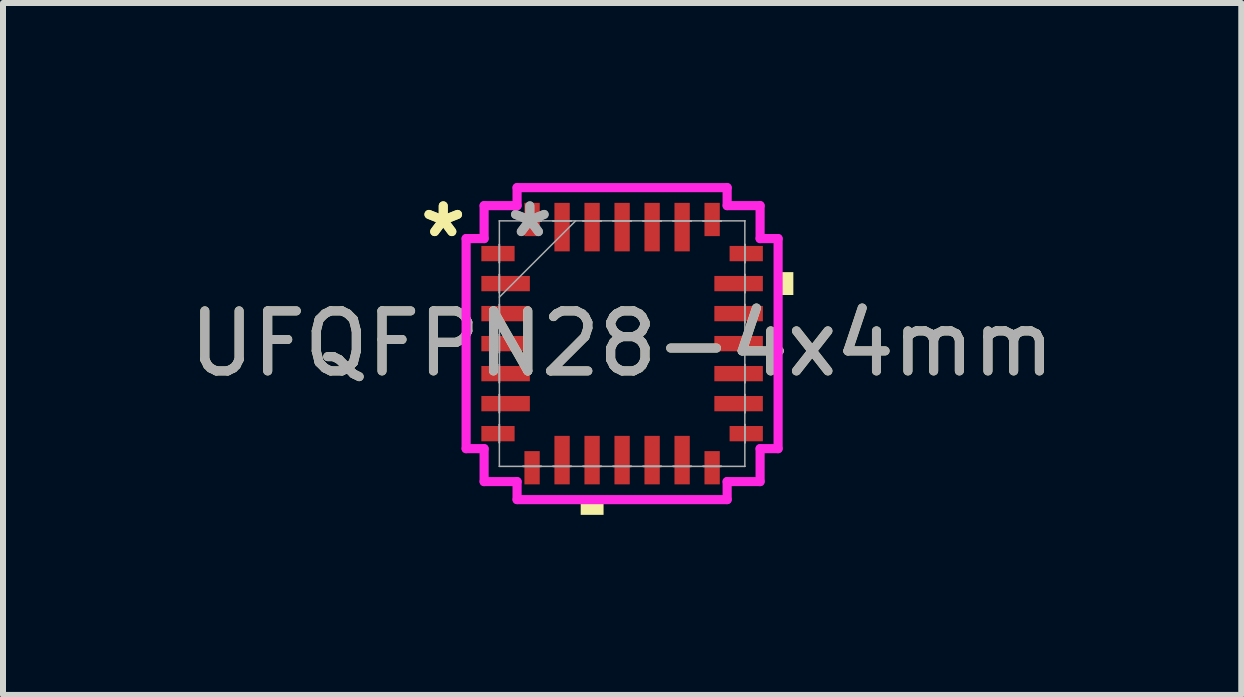
<source format=kicad_pcb>
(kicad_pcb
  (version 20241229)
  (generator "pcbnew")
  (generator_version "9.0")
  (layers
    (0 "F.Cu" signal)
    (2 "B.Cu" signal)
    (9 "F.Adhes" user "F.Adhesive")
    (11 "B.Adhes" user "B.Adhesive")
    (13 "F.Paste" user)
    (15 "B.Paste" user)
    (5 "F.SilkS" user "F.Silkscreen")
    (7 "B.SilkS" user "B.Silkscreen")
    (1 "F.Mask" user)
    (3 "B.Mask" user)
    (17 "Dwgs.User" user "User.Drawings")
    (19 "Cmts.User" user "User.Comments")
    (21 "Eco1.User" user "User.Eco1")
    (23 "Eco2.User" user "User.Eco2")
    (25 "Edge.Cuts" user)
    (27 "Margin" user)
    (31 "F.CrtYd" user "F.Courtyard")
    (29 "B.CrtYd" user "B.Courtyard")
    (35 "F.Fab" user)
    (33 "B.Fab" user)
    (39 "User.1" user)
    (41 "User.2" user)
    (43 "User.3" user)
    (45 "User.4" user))
  (footprint "UFQFPN28-4x4mm"
    (layer "F.Cu")
    (at 7.315 2.675)
    (property "Reference" "UFQFPN28-4x4mm" (at 0 0 0) (unlocked yes) (layer "F.SilkS") (effects (font (size 1 1) (thickness 0.15))))
    (attr smd)
    (fp_poly (pts (xy -0.69 2.599) (xy -0.69 2.853) (xy -0.309 2.853) (xy -0.309 2.599)) (stroke (width 0) (type solid)) (fill yes) (layer "F.SilkS"))
    (fp_poly (pts (xy 2.853 -1.191) (xy 2.853 -0.81) (xy 2.599 -0.81) (xy 2.599 -1.191)) (stroke (width 0) (type solid)) (fill yes) (layer "F.SilkS"))
    (fp_line (start -2.599 -1.75) (end -2.299 -1.75) (stroke (width 0.152) (type solid)) (layer "F.CrtYd"))
    (fp_line (start -2.599 1.75) (end -2.599 -1.75) (stroke (width 0.152) (type solid)) (layer "F.CrtYd"))
    (fp_line (start -2.299 -2.299) (end -1.75 -2.299) (stroke (width 0.152) (type solid)) (layer "F.CrtYd"))
    (fp_line (start -2.299 -1.75) (end -2.299 -2.299) (stroke (width 0.152) (type solid)) (layer "F.CrtYd"))
    (fp_line (start -2.299 1.75) (end -2.599 1.75) (stroke (width 0.152) (type solid)) (layer "F.CrtYd"))
    (fp_line (start -2.299 2.299) (end -2.299 1.75) (stroke (width 0.152) (type solid)) (layer "F.CrtYd"))
    (fp_line (start -1.75 -2.599) (end 1.75 -2.599) (stroke (width 0.152) (type solid)) (layer "F.CrtYd"))
    (fp_line (start -1.75 -2.299) (end -1.75 -2.599) (stroke (width 0.152) (type solid)) (layer "F.CrtYd"))
    (fp_line (start -1.75 2.299) (end -2.299 2.299) (stroke (width 0.152) (type solid)) (layer "F.CrtYd"))
    (fp_line (start -1.75 2.599) (end -1.75 2.299) (stroke (width 0.152) (type solid)) (layer "F.CrtYd"))
    (fp_line (start 1.75 -2.599) (end 1.75 -2.299) (stroke (width 0.152) (type solid)) (layer "F.CrtYd"))
    (fp_line (start 1.75 -2.299) (end 2.299 -2.299) (stroke (width 0.152) (type solid)) (layer "F.CrtYd"))
    (fp_line (start 1.75 2.299) (end 1.75 2.599) (stroke (width 0.152) (type solid)) (layer "F.CrtYd"))
    (fp_line (start 1.75 2.599) (end -1.75 2.599) (stroke (width 0.152) (type solid)) (layer "F.CrtYd"))
    (fp_line (start 2.299 -2.299) (end 2.299 -1.75) (stroke (width 0.152) (type solid)) (layer "F.CrtYd"))
    (fp_line (start 2.299 -1.75) (end 2.599 -1.75) (stroke (width 0.152) (type solid)) (layer "F.CrtYd"))
    (fp_line (start 2.299 1.75) (end 2.299 2.299) (stroke (width 0.152) (type solid)) (layer "F.CrtYd"))
    (fp_line (start 2.299 2.299) (end 1.75 2.299) (stroke (width 0.152) (type solid)) (layer "F.CrtYd"))
    (fp_line (start 2.599 -1.75) (end 2.599 1.75) (stroke (width 0.152) (type solid)) (layer "F.CrtYd"))
    (fp_line (start 2.599 1.75) (end 2.299 1.75) (stroke (width 0.152) (type solid)) (layer "F.CrtYd"))
    (fp_line (start -2.045 -2.045) (end -2.045 -2.045) (stroke (width 0.025) (type solid)) (layer "F.Fab"))
    (fp_line (start -2.045 -2.045) (end -2.045 2.045) (stroke (width 0.025) (type solid)) (layer "F.Fab"))
    (fp_line (start -2.045 -1.652) (end -2.045 -1.652) (stroke (width 0.025) (type solid)) (layer "F.Fab"))
    (fp_line (start -2.045 -1.652) (end -2.045 -1.348) (stroke (width 0.025) (type solid)) (layer "F.Fab"))
    (fp_line (start -2.045 -1.348) (end -2.045 -1.652) (stroke (width 0.025) (type solid)) (layer "F.Fab"))
    (fp_line (start -2.045 -1.348) (end -2.045 -1.348) (stroke (width 0.025) (type solid)) (layer "F.Fab"))
    (fp_line (start -2.045 -1.152) (end -2.045 -1.152) (stroke (width 0.025) (type solid)) (layer "F.Fab"))
    (fp_line (start -2.045 -1.152) (end -2.045 -0.848) (stroke (width 0.025) (type solid)) (layer "F.Fab"))
    (fp_line (start -2.045 -0.848) (end -2.045 -1.152) (stroke (width 0.025) (type solid)) (layer "F.Fab"))
    (fp_line (start -2.045 -0.848) (end -2.045 -0.848) (stroke (width 0.025) (type solid)) (layer "F.Fab"))
    (fp_line (start -2.045 -0.775) (end -0.775 -2.045) (stroke (width 0.025) (type solid)) (layer "F.Fab"))
    (fp_line (start -2.045 -0.652) (end -2.045 -0.652) (stroke (width 0.025) (type solid)) (layer "F.Fab"))
    (fp_line (start -2.045 -0.652) (end -2.045 -0.348) (stroke (width 0.025) (type solid)) (layer "F.Fab"))
    (fp_line (start -2.045 -0.348) (end -2.045 -0.652) (stroke (width 0.025) (type solid)) (layer "F.Fab"))
    (fp_line (start -2.045 -0.348) (end -2.045 -0.348) (stroke (width 0.025) (type solid)) (layer "F.Fab"))
    (fp_line (start -2.045 -0.152) (end -2.045 -0.152) (stroke (width 0.025) (type solid)) (layer "F.Fab"))
    (fp_line (start -2.045 -0.152) (end -2.045 0.152) (stroke (width 0.025) (type solid)) (layer "F.Fab"))
    (fp_line (start -2.045 0.152) (end -2.045 -0.152) (stroke (width 0.025) (type solid)) (layer "F.Fab"))
    (fp_line (start -2.045 0.152) (end -2.045 0.152) (stroke (width 0.025) (type solid)) (layer "F.Fab"))
    (fp_line (start -2.045 0.348) (end -2.045 0.348) (stroke (width 0.025) (type solid)) (layer "F.Fab"))
    (fp_line (start -2.045 0.348) (end -2.045 0.652) (stroke (width 0.025) (type solid)) (layer "F.Fab"))
    (fp_line (start -2.045 0.652) (end -2.045 0.348) (stroke (width 0.025) (type solid)) (layer "F.Fab"))
    (fp_line (start -2.045 0.652) (end -2.045 0.652) (stroke (width 0.025) (type solid)) (layer "F.Fab"))
    (fp_line (start -2.045 0.848) (end -2.045 0.848) (stroke (width 0.025) (type solid)) (layer "F.Fab"))
    (fp_line (start -2.045 0.848) (end -2.045 1.152) (stroke (width 0.025) (type solid)) (layer "F.Fab"))
    (fp_line (start -2.045 1.152) (end -2.045 0.848) (stroke (width 0.025) (type solid)) (layer "F.Fab"))
    (fp_line (start -2.045 1.152) (end -2.045 1.152) (stroke (width 0.025) (type solid)) (layer "F.Fab"))
    (fp_line (start -2.045 1.348) (end -2.045 1.348) (stroke (width 0.025) (type solid)) (layer "F.Fab"))
    (fp_line (start -2.045 1.348) (end -2.045 1.652) (stroke (width 0.025) (type solid)) (layer "F.Fab"))
    (fp_line (start -2.045 1.652) (end -2.045 1.348) (stroke (width 0.025) (type solid)) (layer "F.Fab"))
    (fp_line (start -2.045 1.652) (end -2.045 1.652) (stroke (width 0.025) (type solid)) (layer "F.Fab"))
    (fp_line (start -2.045 2.045) (end -2.045 2.045) (stroke (width 0.025) (type solid)) (layer "F.Fab"))
    (fp_line (start -2.045 2.045) (end 2.045 2.045) (stroke (width 0.025) (type solid)) (layer "F.Fab"))
    (fp_line (start -1.652 -2.045) (end -1.652 -2.045) (stroke (width 0.025) (type solid)) (layer "F.Fab"))
    (fp_line (start -1.652 -2.045) (end -1.348 -2.045) (stroke (width 0.025) (type solid)) (layer "F.Fab"))
    (fp_line (start -1.652 2.045) (end -1.652 2.045) (stroke (width 0.025) (type solid)) (layer "F.Fab"))
    (fp_line (start -1.652 2.045) (end -1.348 2.045) (stroke (width 0.025) (type solid)) (layer "F.Fab"))
    (fp_line (start -1.348 -2.045) (end -1.652 -2.045) (stroke (width 0.025) (type solid)) (layer "F.Fab"))
    (fp_line (start -1.348 -2.045) (end -1.348 -2.045) (stroke (width 0.025) (type solid)) (layer "F.Fab"))
    (fp_line (start -1.348 2.045) (end -1.652 2.045) (stroke (width 0.025) (type solid)) (layer "F.Fab"))
    (fp_line (start -1.348 2.045) (end -1.348 2.045) (stroke (width 0.025) (type solid)) (layer "F.Fab"))
    (fp_line (start -1.152 -2.045) (end -1.152 -2.045) (stroke (width 0.025) (type solid)) (layer "F.Fab"))
    (fp_line (start -1.152 -2.045) (end -0.848 -2.045) (stroke (width 0.025) (type solid)) (layer "F.Fab"))
    (fp_line (start -1.152 2.045) (end -1.152 2.045) (stroke (width 0.025) (type solid)) (layer "F.Fab"))
    (fp_line (start -1.152 2.045) (end -0.848 2.045) (stroke (width 0.025) (type solid)) (layer "F.Fab"))
    (fp_line (start -0.848 -2.045) (end -1.152 -2.045) (stroke (width 0.025) (type solid)) (layer "F.Fab"))
    (fp_line (start -0.848 -2.045) (end -0.848 -2.045) (stroke (width 0.025) (type solid)) (layer "F.Fab"))
    (fp_line (start -0.848 2.045) (end -1.152 2.045) (stroke (width 0.025) (type solid)) (layer "F.Fab"))
    (fp_line (start -0.848 2.045) (end -0.848 2.045) (stroke (width 0.025) (type solid)) (layer "F.Fab"))
    (fp_line (start -0.652 -2.045) (end -0.652 -2.045) (stroke (width 0.025) (type solid)) (layer "F.Fab"))
    (fp_line (start -0.652 -2.045) (end -0.348 -2.045) (stroke (width 0.025) (type solid)) (layer "F.Fab"))
    (fp_line (start -0.652 2.045) (end -0.652 2.045) (stroke (width 0.025) (type solid)) (layer "F.Fab"))
    (fp_line (start -0.652 2.045) (end -0.348 2.045) (stroke (width 0.025) (type solid)) (layer "F.Fab"))
    (fp_line (start -0.348 -2.045) (end -0.652 -2.045) (stroke (width 0.025) (type solid)) (layer "F.Fab"))
    (fp_line (start -0.348 -2.045) (end -0.348 -2.045) (stroke (width 0.025) (type solid)) (layer "F.Fab"))
    (fp_line (start -0.348 2.045) (end -0.652 2.045) (stroke (width 0.025) (type solid)) (layer "F.Fab"))
    (fp_line (start -0.348 2.045) (end -0.348 2.045) (stroke (width 0.025) (type solid)) (layer "F.Fab"))
    (fp_line (start -0.152 -2.045) (end -0.152 -2.045) (stroke (width 0.025) (type solid)) (layer "F.Fab"))
    (fp_line (start -0.152 -2.045) (end 0.152 -2.045) (stroke (width 0.025) (type solid)) (layer "F.Fab"))
    (fp_line (start -0.152 2.045) (end -0.152 2.045) (stroke (width 0.025) (type solid)) (layer "F.Fab"))
    (fp_line (start -0.152 2.045) (end 0.152 2.045) (stroke (width 0.025) (type solid)) (layer "F.Fab"))
    (fp_line (start 0.152 -2.045) (end -0.152 -2.045) (stroke (width 0.025) (type solid)) (layer "F.Fab"))
    (fp_line (start 0.152 -2.045) (end 0.152 -2.045) (stroke (width 0.025) (type solid)) (layer "F.Fab"))
    (fp_line (start 0.152 2.045) (end -0.152 2.045) (stroke (width 0.025) (type solid)) (layer "F.Fab"))
    (fp_line (start 0.152 2.045) (end 0.152 2.045) (stroke (width 0.025) (type solid)) (layer "F.Fab"))
    (fp_line (start 0.348 -2.045) (end 0.348 -2.045) (stroke (width 0.025) (type solid)) (layer "F.Fab"))
    (fp_line (start 0.348 -2.045) (end 0.652 -2.045) (stroke (width 0.025) (type solid)) (layer "F.Fab"))
    (fp_line (start 0.348 2.045) (end 0.348 2.045) (stroke (width 0.025) (type solid)) (layer "F.Fab"))
    (fp_line (start 0.348 2.045) (end 0.652 2.045) (stroke (width 0.025) (type solid)) (layer "F.Fab"))
    (fp_line (start 0.652 -2.045) (end 0.348 -2.045) (stroke (width 0.025) (type solid)) (layer "F.Fab"))
    (fp_line (start 0.652 -2.045) (end 0.652 -2.045) (stroke (width 0.025) (type solid)) (layer "F.Fab"))
    (fp_line (start 0.652 2.045) (end 0.348 2.045) (stroke (width 0.025) (type solid)) (layer "F.Fab"))
    (fp_line (start 0.652 2.045) (end 0.652 2.045) (stroke (width 0.025) (type solid)) (layer "F.Fab"))
    (fp_line (start 0.848 -2.045) (end 0.848 -2.045) (stroke (width 0.025) (type solid)) (layer "F.Fab"))
    (fp_line (start 0.848 -2.045) (end 1.152 -2.045) (stroke (width 0.025) (type solid)) (layer "F.Fab"))
    (fp_line (start 0.848 2.045) (end 0.848 2.045) (stroke (width 0.025) (type solid)) (layer "F.Fab"))
    (fp_line (start 0.848 2.045) (end 1.152 2.045) (stroke (width 0.025) (type solid)) (layer "F.Fab"))
    (fp_line (start 1.152 -2.045) (end 0.848 -2.045) (stroke (width 0.025) (type solid)) (layer "F.Fab"))
    (fp_line (start 1.152 -2.045) (end 1.152 -2.045) (stroke (width 0.025) (type solid)) (layer "F.Fab"))
    (fp_line (start 1.152 2.045) (end 0.848 2.045) (stroke (width 0.025) (type solid)) (layer "F.Fab"))
    (fp_line (start 1.152 2.045) (end 1.152 2.045) (stroke (width 0.025) (type solid)) (layer "F.Fab"))
    (fp_line (start 1.348 -2.045) (end 1.348 -2.045) (stroke (width 0.025) (type solid)) (layer "F.Fab"))
    (fp_line (start 1.348 -2.045) (end 1.652 -2.045) (stroke (width 0.025) (type solid)) (layer "F.Fab"))
    (fp_line (start 1.348 2.045) (end 1.348 2.045) (stroke (width 0.025) (type solid)) (layer "F.Fab"))
    (fp_line (start 1.348 2.045) (end 1.652 2.045) (stroke (width 0.025) (type solid)) (layer "F.Fab"))
    (fp_line (start 1.652 -2.045) (end 1.348 -2.045) (stroke (width 0.025) (type solid)) (layer "F.Fab"))
    (fp_line (start 1.652 -2.045) (end 1.652 -2.045) (stroke (width 0.025) (type solid)) (layer "F.Fab"))
    (fp_line (start 1.652 2.045) (end 1.348 2.045) (stroke (width 0.025) (type solid)) (layer "F.Fab"))
    (fp_line (start 1.652 2.045) (end 1.652 2.045) (stroke (width 0.025) (type solid)) (layer "F.Fab"))
    (fp_line (start 2.045 -2.045) (end -2.045 -2.045) (stroke (width 0.025) (type solid)) (layer "F.Fab"))
    (fp_line (start 2.045 -2.045) (end 2.045 -2.045) (stroke (width 0.025) (type solid)) (layer "F.Fab"))
    (fp_line (start 2.045 -1.652) (end 2.045 -1.652) (stroke (width 0.025) (type solid)) (layer "F.Fab"))
    (fp_line (start 2.045 -1.652) (end 2.045 -1.348) (stroke (width 0.025) (type solid)) (layer "F.Fab"))
    (fp_line (start 2.045 -1.348) (end 2.045 -1.652) (stroke (width 0.025) (type solid)) (layer "F.Fab"))
    (fp_line (start 2.045 -1.348) (end 2.045 -1.348) (stroke (width 0.025) (type solid)) (layer "F.Fab"))
    (fp_line (start 2.045 -1.152) (end 2.045 -1.152) (stroke (width 0.025) (type solid)) (layer "F.Fab"))
    (fp_line (start 2.045 -1.152) (end 2.045 -0.848) (stroke (width 0.025) (type solid)) (layer "F.Fab"))
    (fp_line (start 2.045 -0.848) (end 2.045 -1.152) (stroke (width 0.025) (type solid)) (layer "F.Fab"))
    (fp_line (start 2.045 -0.848) (end 2.045 -0.848) (stroke (width 0.025) (type solid)) (layer "F.Fab"))
    (fp_line (start 2.045 -0.652) (end 2.045 -0.652) (stroke (width 0.025) (type solid)) (layer "F.Fab"))
    (fp_line (start 2.045 -0.652) (end 2.045 -0.348) (stroke (width 0.025) (type solid)) (layer "F.Fab"))
    (fp_line (start 2.045 -0.348) (end 2.045 -0.652) (stroke (width 0.025) (type solid)) (layer "F.Fab"))
    (fp_line (start 2.045 -0.348) (end 2.045 -0.348) (stroke (width 0.025) (type solid)) (layer "F.Fab"))
    (fp_line (start 2.045 -0.152) (end 2.045 -0.152) (stroke (width 0.025) (type solid)) (layer "F.Fab"))
    (fp_line (start 2.045 -0.152) (end 2.045 0.152) (stroke (width 0.025) (type solid)) (layer "F.Fab"))
    (fp_line (start 2.045 0.152) (end 2.045 -0.152) (stroke (width 0.025) (type solid)) (layer "F.Fab"))
    (fp_line (start 2.045 0.152) (end 2.045 0.152) (stroke (width 0.025) (type solid)) (layer "F.Fab"))
    (fp_line (start 2.045 0.348) (end 2.045 0.348) (stroke (width 0.025) (type solid)) (layer "F.Fab"))
    (fp_line (start 2.045 0.348) (end 2.045 0.652) (stroke (width 0.025) (type solid)) (layer "F.Fab"))
    (fp_line (start 2.045 0.652) (end 2.045 0.348) (stroke (width 0.025) (type solid)) (layer "F.Fab"))
    (fp_line (start 2.045 0.652) (end 2.045 0.652) (stroke (width 0.025) (type solid)) (layer "F.Fab"))
    (fp_line (start 2.045 0.848) (end 2.045 0.848) (stroke (width 0.025) (type solid)) (layer "F.Fab"))
    (fp_line (start 2.045 0.848) (end 2.045 1.152) (stroke (width 0.025) (type solid)) (layer "F.Fab"))
    (fp_line (start 2.045 1.152) (end 2.045 0.848) (stroke (width 0.025) (type solid)) (layer "F.Fab"))
    (fp_line (start 2.045 1.152) (end 2.045 1.152) (stroke (width 0.025) (type solid)) (layer "F.Fab"))
    (fp_line (start 2.045 1.348) (end 2.045 1.348) (stroke (width 0.025) (type solid)) (layer "F.Fab"))
    (fp_line (start 2.045 1.348) (end 2.045 1.652) (stroke (width 0.025) (type solid)) (layer "F.Fab"))
    (fp_line (start 2.045 1.652) (end 2.045 1.348) (stroke (width 0.025) (type solid)) (layer "F.Fab"))
    (fp_line (start 2.045 1.652) (end 2.045 1.652) (stroke (width 0.025) (type solid)) (layer "F.Fab"))
    (fp_line (start 2.045 2.045) (end 2.045 -2.045) (stroke (width 0.025) (type solid)) (layer "F.Fab"))
    (fp_line (start 2.045 2.045) (end 2.045 2.045) (stroke (width 0.025) (type solid)) (layer "F.Fab"))
    (fp_text user "*" (at -2.98 -1.75 0) (unlocked yes) (layer "F.SilkS") (effects (font (size 1 1) (thickness 0.15))))
    (fp_text user "*" (at -2.98 -1.75 0) (layer "F.SilkS") (effects (font (size 1 1) (thickness 0.15))))
    (fp_text user "*" (at -1.537 -1.75 0) (unlocked yes) (layer "F.Fab") (effects (font (size 1 1) (thickness 0.15))))
    (fp_text user "${REFERENCE}" (at 0 0 0) (unlocked yes) (layer "F.Fab") (effects (font (size 1 1) (thickness 0.15))))
    (fp_text user "*" (at -1.537 -1.75 0) (layer "F.Fab") (effects (font (size 1 1) (thickness 0.15))))
    (pad "1" smd rect (at -2.068 -1.5 90) (size 0.255 0.554) (layers "F.Cu" "F.Mask" "F.Paste"))
    (pad "2" smd rect (at -1.941 -1 90) (size 0.255 0.808) (layers "F.Cu" "F.Mask" "F.Paste"))
    (pad "3" smd rect (at -1.941 -0.5 90) (size 0.255 0.808) (layers "F.Cu" "F.Mask" "F.Paste"))
    (pad "4" smd rect (at -1.941 0 90) (size 0.255 0.808) (layers "F.Cu" "F.Mask" "F.Paste"))
    (pad "5" smd rect (at -1.941 0.5 90) (size 0.255 0.808) (layers "F.Cu" "F.Mask" "F.Paste"))
    (pad "6" smd rect (at -1.941 1 90) (size 0.255 0.808) (layers "F.Cu" "F.Mask" "F.Paste"))
    (pad "7" smd rect (at -2.068 1.5 90) (size 0.255 0.554) (layers "F.Cu" "F.Mask" "F.Paste"))
    (pad "8" smd rect (at -1.5 2.068) (size 0.255 0.554) (layers "F.Cu" "F.Mask" "F.Paste"))
    (pad "9" smd rect (at -1 1.941) (size 0.255 0.808) (layers "F.Cu" "F.Mask" "F.Paste"))
    (pad "10" smd rect (at -0.5 1.941) (size 0.255 0.808) (layers "F.Cu" "F.Mask" "F.Paste"))
    (pad "11" smd rect (at 0 1.941) (size 0.255 0.808) (layers "F.Cu" "F.Mask" "F.Paste"))
    (pad "12" smd rect (at 0.5 1.941) (size 0.255 0.808) (layers "F.Cu" "F.Mask" "F.Paste"))
    (pad "13" smd rect (at 1 1.941) (size 0.255 0.808) (layers "F.Cu" "F.Mask" "F.Paste"))
    (pad "14" smd rect (at 1.5 2.068) (size 0.255 0.554) (layers "F.Cu" "F.Mask" "F.Paste"))
    (pad "15" smd rect (at 2.068 1.5 90) (size 0.255 0.554) (layers "F.Cu" "F.Mask" "F.Paste"))
    (pad "16" smd rect (at 1.941 1 90) (size 0.255 0.808) (layers "F.Cu" "F.Mask" "F.Paste"))
    (pad "17" smd rect (at 1.941 0.5 90) (size 0.255 0.808) (layers "F.Cu" "F.Mask" "F.Paste"))
    (pad "18" smd rect (at 1.941 0 90) (size 0.255 0.808) (layers "F.Cu" "F.Mask" "F.Paste"))
    (pad "19" smd rect (at 1.941 -0.5 90) (size 0.255 0.808) (layers "F.Cu" "F.Mask" "F.Paste"))
    (pad "20" smd rect (at 1.941 -1 90) (size 0.255 0.808) (layers "F.Cu" "F.Mask" "F.Paste"))
    (pad "21" smd rect (at 2.068 -1.5 90) (size 0.255 0.554) (layers "F.Cu" "F.Mask" "F.Paste"))
    (pad "22" smd rect (at 1.5 -2.068) (size 0.255 0.554) (layers "F.Cu" "F.Mask" "F.Paste"))
    (pad "23" smd rect (at 1 -1.941) (size 0.255 0.808) (layers "F.Cu" "F.Mask" "F.Paste"))
    (pad "24" smd rect (at 0.5 -1.941) (size 0.255 0.808) (layers "F.Cu" "F.Mask" "F.Paste"))
    (pad "25" smd rect (at 0 -1.941) (size 0.255 0.808) (layers "F.Cu" "F.Mask" "F.Paste"))
    (pad "26" smd rect (at -0.5 -1.941) (size 0.255 0.808) (layers "F.Cu" "F.Mask" "F.Paste"))
    (pad "27" smd rect (at -1 -1.941) (size 0.255 0.808) (layers "F.Cu" "F.Mask" "F.Paste"))
    (pad "28" smd rect (at -1.5 -2.068) (size 0.255 0.554) (layers "F.Cu" "F.Mask" "F.Paste")))
  (gr_rect
    (start -3 -3)
    (end 17.631 8.528)
    (stroke (width 0.1) (type default))
    (fill no)
    (layer "Edge.Cuts")))
</source>
